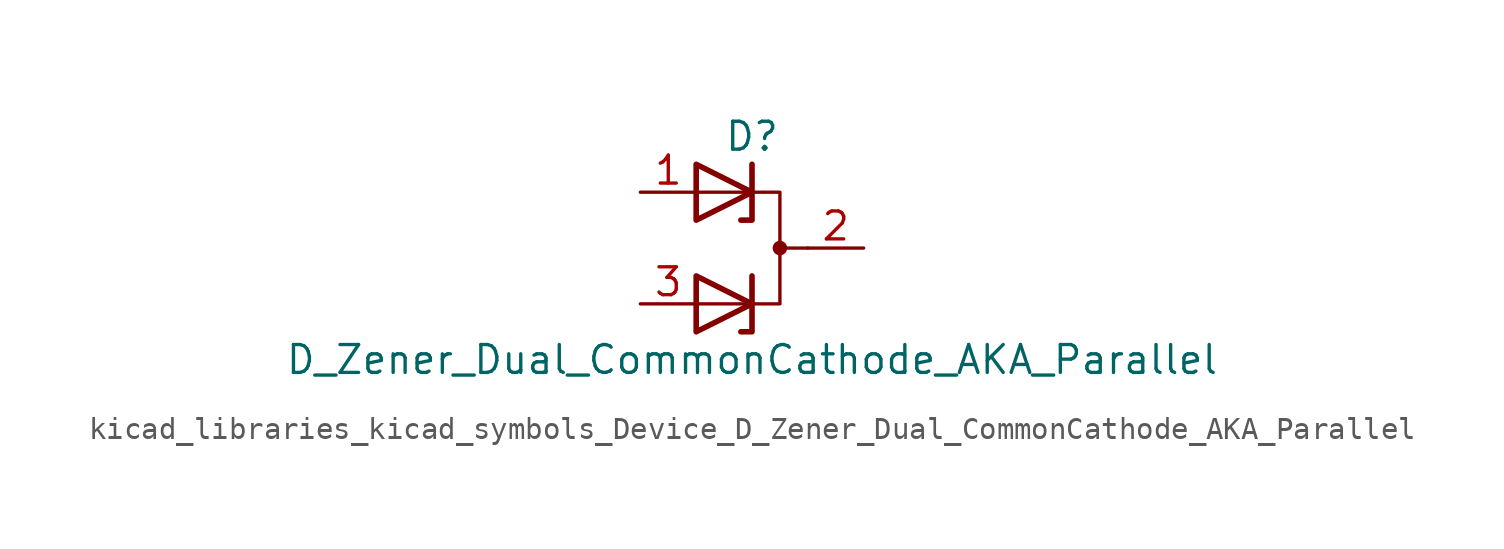
<source format=kicad_sym>
(kicad_symbol_lib
  (version 20220914)
  (generator kicad_symbol_editor)
  (symbol "kicad_libraries_kicad_symbols_Device_D_Zener_Dual_CommonCathode_AKA_Parallel"
    (pin_names
      (offset 0.762) hide)
    (property "Reference" "D"
      (at 0 5.08 0)
      (effects (font (size 1.27 1.27))))
    (property "Value" "D_Zener_Dual_CommonCathode_AKA_Parallel"
      (at 0 -5.08 0)
      (effects (font (size 1.27 1.27))))
    (symbol "kicad_libraries_kicad_symbols_Device_D_Zener_Dual_CommonCathode_AKA_Parallel_0_0"
      (polyline (pts (xy 0 -1.27) (xy 0 -3.81) (xy -0.508 -3.81)) (stroke (width 0.254) (type default)) (fill (type none)))
      (polyline (pts (xy 0 3.81) (xy 0 1.27) (xy -0.508 1.27)) (stroke (width 0.254) (type default)) (fill (type none))))
    (symbol "kicad_libraries_kicad_symbols_Device_D_Zener_Dual_CommonCathode_AKA_Parallel_0_1"
      (polyline (pts (xy 1.27 0) (xy 2.54 0)) (stroke (width 0) (type default)) (fill (type none)))
      (polyline (pts (xy -2.54 -2.54) (xy 1.27 -2.54) (xy 1.27 2.54) (xy -2.54 2.54)) (stroke (width 0) (type default)) (fill (type none)))
      (polyline (pts (xy -2.54 -1.27) (xy 0 -2.54) (xy -2.54 -3.81) (xy -2.54 -1.27) (xy -2.54 -1.27) (xy -2.54 -1.27)) (stroke (width 0.254) (type default)) (fill (type none)))
      (polyline (pts (xy -2.54 3.81) (xy 0 2.54) (xy -2.54 1.27) (xy -2.54 3.81) (xy -2.54 3.81) (xy -2.54 3.81)) (stroke (width 0.254) (type default)) (fill (type none)))
      (circle (center 1.27 0) (radius 0.254) (stroke (width 0) (type default)) (fill (type outline)))
      (pin passive line (at -5.08 2.54 0) (length 2.54) (name "K" (effects (font (size 1.27 1.27)))) (number "1" (effects (font (size 1.27 1.27)))))
      (pin passive line (at 5.08 0 180) (length 2.54) (name "A" (effects (font (size 1.27 1.27)))) (number "2" (effects (font (size 1.27 1.27)))))
      (pin passive line (at -5.08 -2.54 0) (length 2.54) (name "K" (effects (font (size 1.27 1.27)))) (number "3" (effects (font (size 1.27 1.27))))))))
</source>
